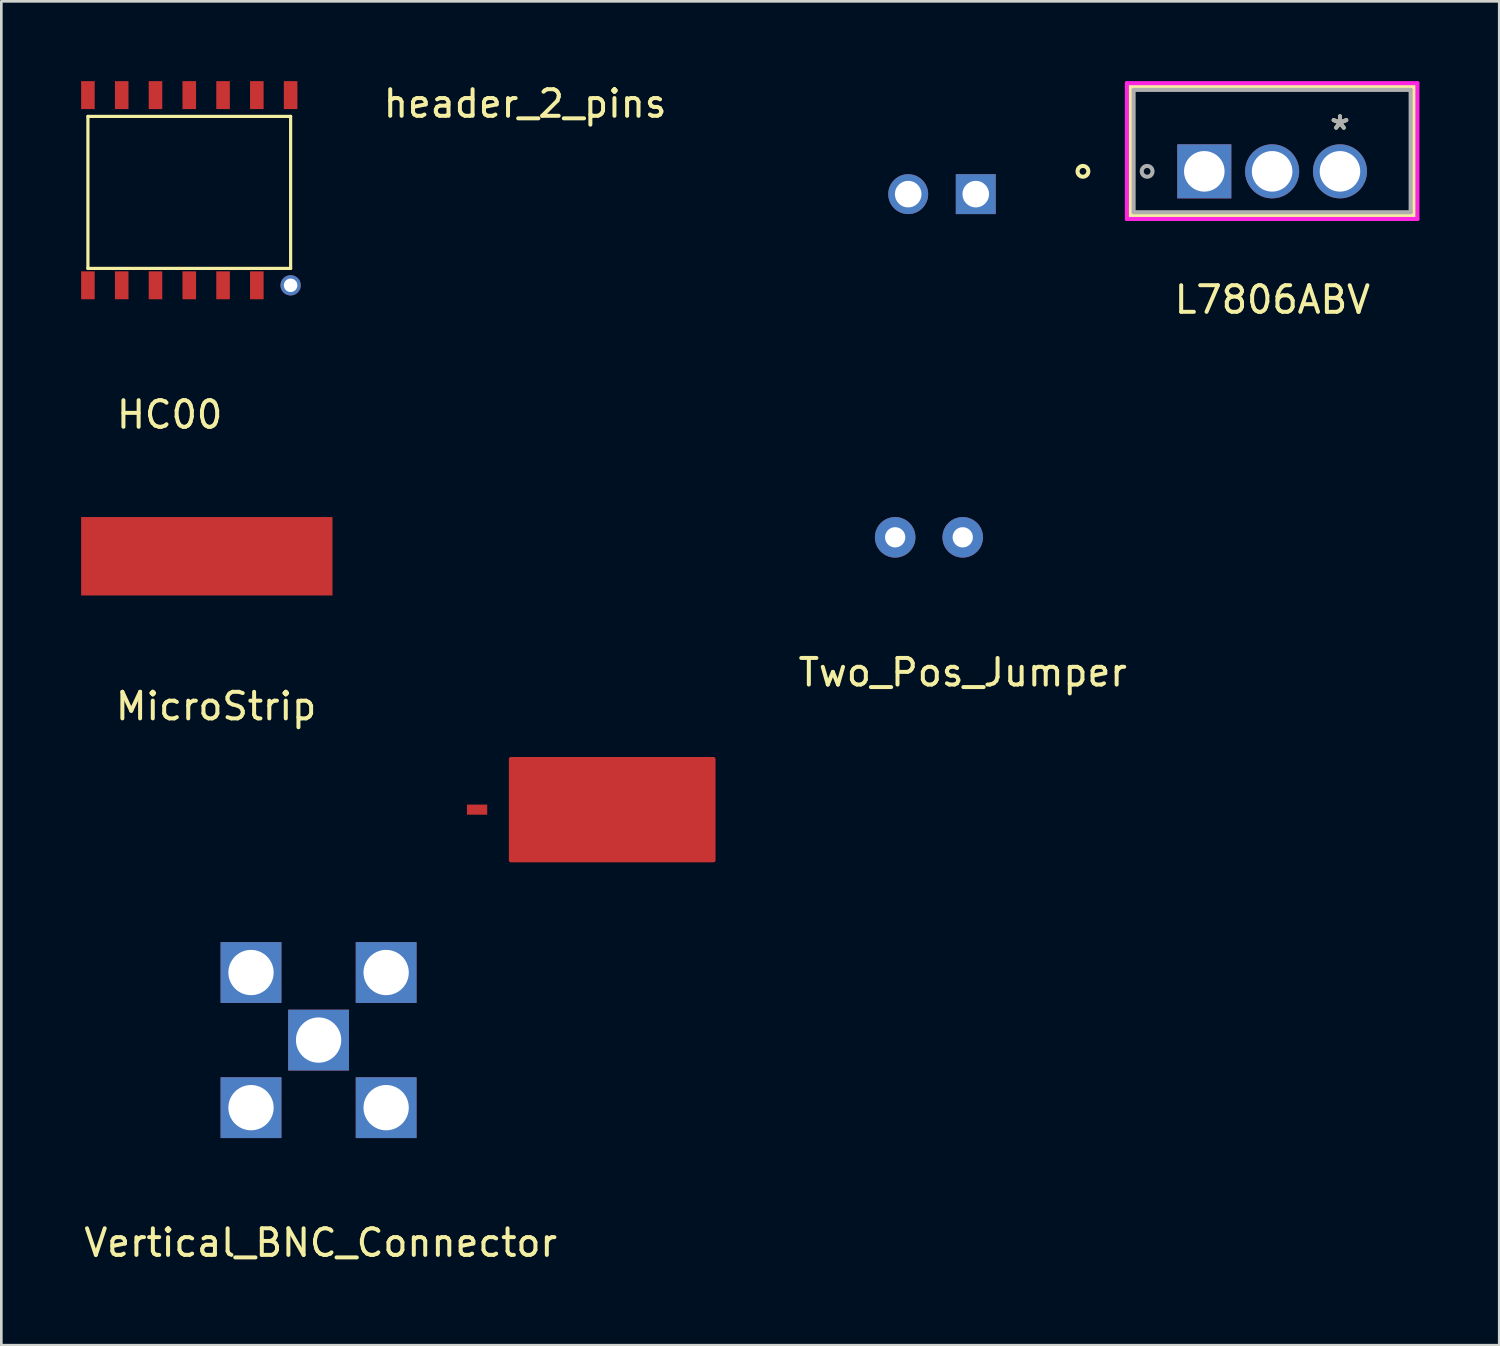
<source format=kicad_pcb>
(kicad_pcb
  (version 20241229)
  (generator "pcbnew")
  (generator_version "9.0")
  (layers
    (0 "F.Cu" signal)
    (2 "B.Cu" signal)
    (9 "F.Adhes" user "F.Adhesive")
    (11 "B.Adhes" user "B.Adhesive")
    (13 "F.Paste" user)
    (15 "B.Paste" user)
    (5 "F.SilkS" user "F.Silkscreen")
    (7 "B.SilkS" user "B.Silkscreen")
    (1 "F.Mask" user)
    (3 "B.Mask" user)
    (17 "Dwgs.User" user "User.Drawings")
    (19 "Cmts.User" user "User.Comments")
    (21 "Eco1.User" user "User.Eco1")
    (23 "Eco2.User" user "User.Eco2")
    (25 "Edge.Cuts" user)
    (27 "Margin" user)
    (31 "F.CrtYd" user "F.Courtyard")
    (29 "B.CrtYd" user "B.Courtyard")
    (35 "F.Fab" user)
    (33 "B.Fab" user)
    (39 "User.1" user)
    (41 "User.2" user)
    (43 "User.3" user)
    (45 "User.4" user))
  (footprint "HC00"
    (layer "F.Cu")
    (at 1.525 7.675)
    (property "Reference" "HC00" (at 1.803 4.864 0) (layer "F.SilkS") (effects (font (size 1 1) (thickness 0.15))))
    (attr through_hole)
    (fp_line (start -1.27 -6.35) (end -1.27 -0.635) (stroke (width 0.12) (type solid)) (layer "F.SilkS"))
    (fp_line (start -1.27 -0.635) (end 6.35 -0.635) (stroke (width 0.12) (type solid)) (layer "F.SilkS"))
    (fp_line (start 6.35 -6.35) (end -1.27 -6.35) (stroke (width 0.12) (type solid)) (layer "F.SilkS"))
    (fp_line (start 6.35 -0.635) (end 6.35 -6.35) (stroke (width 0.12) (type solid)) (layer "F.SilkS"))
    (pad "1" smd rect (at -1.27 0) (size 0.51 1.05) (layers "F.Cu" "F.Mask" "F.Paste"))
    (pad "2" smd rect (at 0 0) (size 0.51 1.05) (layers "F.Cu" "F.Mask" "F.Paste"))
    (pad "3" smd rect (at 1.27 0) (size 0.51 1.05) (layers "F.Cu" "F.Mask" "F.Paste"))
    (pad "4" smd rect (at 2.54 0) (size 0.51 1.05) (layers "F.Cu" "F.Mask" "F.Paste"))
    (pad "5" smd rect (at 3.81 0) (size 0.51 1.05) (layers "F.Cu" "F.Mask" "F.Paste"))
    (pad "6" smd rect (at 5.08 0) (size 0.51 1.05) (layers "F.Cu" "F.Mask" "F.Paste"))
    (pad "7" thru_hole circle (at 6.35 0) (size 0.762 0.762) (drill 0.508) (layers "*.Cu" "*.Mask"))
    (pad "8" smd rect (at 6.35 -7.15) (size 0.51 1.05) (layers "F.Cu" "F.Mask" "F.Paste"))
    (pad "9" smd rect (at 5.08 -7.15) (size 0.51 1.05) (layers "F.Cu" "F.Mask" "F.Paste"))
    (pad "10" smd rect (at 3.81 -7.15) (size 0.51 1.05) (layers "F.Cu" "F.Mask" "F.Paste"))
    (pad "11" smd rect (at 2.54 -7.15) (size 0.51 1.05) (layers "F.Cu" "F.Mask" "F.Paste"))
    (pad "12" smd rect (at 1.27 -7.15) (size 0.51 1.05) (layers "F.Cu" "F.Mask" "F.Paste"))
    (pad "13" smd rect (at 0 -7.15) (size 0.51 1.05) (layers "F.Cu" "F.Mask" "F.Paste"))
    (pad "14" smd rect (at -1.27 -7.15) (size 0.51 1.05) (layers "F.Cu" "F.Mask" "F.Paste")))
  (footprint "header_2_pins"
    (layer "F.Cu")
    (at 31.091 4.248)
    (property "Reference" "header_2_pins" (at -14.4 -3.4 0) (layer "F.SilkS") (effects (font (size 1 1) (thickness 0.15))))
    (attr through_hole)
    (pad "1" thru_hole circle (at 0 0) (size 1.5 1.5) (drill 1) (layers "*.Cu" "*.Mask"))
    (pad "2" thru_hole rect (at 2.54 0) (size 1.5 1.5) (drill 1) (layers "*.Cu" "*.Mask")))
  (footprint "MicroStrip"
    (layer "F.Cu")
    (at 4.724 17.861)
    (property "Reference" "MicroStrip" (at 0.35 5.64 0) (layer "F.SilkS") (effects (font (size 1 1) (thickness 0.15))))
    (attr through_hole)
    (fp_poly (pts (xy 19.05 7.62) (xy 11.43 7.62) (xy 11.43 11.43) (xy 19.05 11.43)) (stroke (width 0.15) (type solid)) (fill yes) (layer "F.Cu"))
    (pad "1" smd rect (at 0 0) (size 9.449 2.948) (layers "F.Cu" "F.Mask" "F.Paste"))
    (pad "2" smd rect (at 10.16 9.525) (size 0.762 0.381) (layers "F.Cu" "F.Mask" "F.Paste")))
  (footprint "Two_Pos_Jumper"
    (layer "F.Cu")
    (at 30.601 17.149)
    (property "Reference" "Two_Pos_Jumper" (at 2.54 5.08 0) (layer "F.SilkS") (effects (font (size 1 1) (thickness 0.15))))
    (attr through_hole)
    (pad "1" thru_hole circle (at 0 0) (size 1.524 1.524) (drill 0.762) (layers "*.Cu" "*.Mask"))
    (pad "2" thru_hole circle (at 2.54 0) (size 1.524 1.524) (drill 0.762) (layers "*.Cu" "*.Mask")))
  (footprint "Vertical_BNC_Connector"
    (layer "F.Cu")
    (at 8.926 36.049)
    (property "Reference" "Vertical_BNC_Connector" (at 0.08 7.62 0) (layer "F.SilkS") (effects (font (size 1 1) (thickness 0.15))))
    (attr through_hole)
    (pad "1" thru_hole rect (at -2.54 -2.54) (size 2.286 2.286) (drill 1.702) (layers "*.Cu" "*.Mask"))
    (pad "2" thru_hole rect (at 2.54 -2.54) (size 2.286 2.286) (drill 1.702) (layers "*.Cu" "*.Mask"))
    (pad "3" thru_hole rect (at -2.54 2.54) (size 2.286 2.286) (drill 1.702) (layers "*.Cu" "*.Mask"))
    (pad "4" thru_hole rect (at 2.54 2.54) (size 2.286 2.286) (drill 1.702) (layers "*.Cu" "*.Mask"))
    (pad "5" thru_hole rect (at 0 0) (size 2.286 2.286) (drill 1.702) (layers "*.Cu" "*.Mask")))
  (footprint "L7806ABV"
    (layer "F.Cu")
    (at 47.322 1.867)
    (property "Reference" "L7806ABV" (at -2.54 6.35 0) (layer "F.SilkS") (effects (font (size 1 1) (thickness 0.15))))
    (attr through_hole)
    (fp_line (start -7.884 -1.664) (end -7.884 3.188) (stroke (width 0.152) (type solid)) (layer "F.SilkS"))
    (fp_line (start -7.884 3.188) (end 2.784 3.188) (stroke (width 0.152) (type solid)) (layer "F.SilkS"))
    (fp_line (start 2.784 -1.664) (end -7.884 -1.664) (stroke (width 0.152) (type solid)) (layer "F.SilkS"))
    (fp_line (start 2.784 3.188) (end 2.784 -1.664) (stroke (width 0.152) (type solid)) (layer "F.SilkS"))
    (fp_circle (center -9.662 1.524) (end -9.459 1.524) (stroke (width 0.152) (type solid)) (fill no) (layer "F.SilkS"))
    (fp_line (start -8.011 -1.791) (end 2.911 -1.791) (stroke (width 0.152) (type solid)) (layer "F.CrtYd"))
    (fp_line (start -8.011 3.315) (end -8.011 -1.791) (stroke (width 0.152) (type solid)) (layer "F.CrtYd"))
    (fp_line (start 2.911 -1.791) (end 2.911 3.315) (stroke (width 0.152) (type solid)) (layer "F.CrtYd"))
    (fp_line (start 2.911 3.315) (end -8.011 3.315) (stroke (width 0.152) (type solid)) (layer "F.CrtYd"))
    (fp_line (start -7.757 -1.537) (end -7.757 3.061) (stroke (width 0.152) (type solid)) (layer "F.Fab"))
    (fp_line (start -7.757 3.061) (end 2.657 3.061) (stroke (width 0.152) (type solid)) (layer "F.Fab"))
    (fp_line (start -5.354 1.524) (end -4.846 1.524) (stroke (width 0.152) (type solid)) (layer "F.Fab"))
    (fp_line (start -5.1 1.778) (end -5.1 1.27) (stroke (width 0.152) (type solid)) (layer "F.Fab"))
    (fp_line (start 2.657 -1.537) (end -7.757 -1.537) (stroke (width 0.152) (type solid)) (layer "F.Fab"))
    (fp_line (start 2.657 3.061) (end 2.657 -1.537) (stroke (width 0.152) (type solid)) (layer "F.Fab"))
    (fp_circle (center -7.249 1.524) (end -7.046 1.524) (stroke (width 0.152) (type solid)) (fill no) (layer "F.Fab"))
    (fp_text user "*" (at 0 0 0) (layer "F.SilkS") (effects (font (size 1 1) (thickness 0.15))))
    (fp_text user "*" (at 0 0 0) (layer "F.Fab") (effects (font (size 1 1) (thickness 0.15))))
    (pad "1" thru_hole rect (at -5.1 1.524) (size 2.032 2.032) (drill 1.524) (layers "*.Cu" "*.Mask"))
    (pad "2" thru_hole circle (at -2.55 1.524) (size 2.032 2.032) (drill 1.524) (layers "*.Cu" "*.Mask"))
    (pad "3" thru_hole circle (at 0 1.524) (size 2.032 2.032) (drill 1.524) (layers "*.Cu" "*.Mask")))
  (gr_rect
    (start -3 -3)
    (end 53.309 47.518)
    (stroke (width 0.1) (type default))
    (fill no)
    (layer "Edge.Cuts")))
</source>
